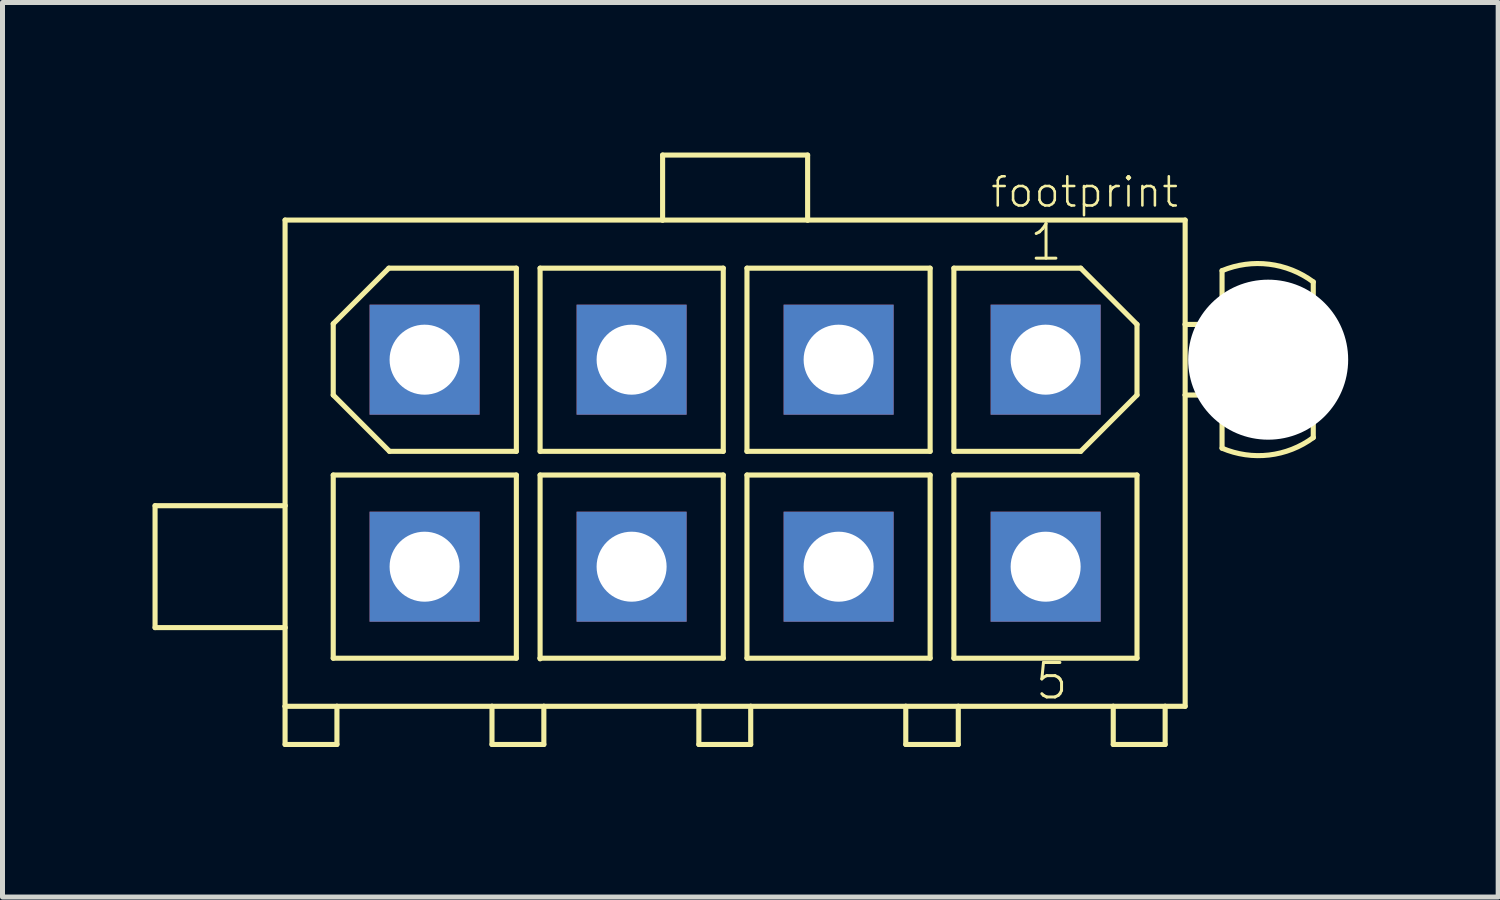
<source format=kicad_pcb>
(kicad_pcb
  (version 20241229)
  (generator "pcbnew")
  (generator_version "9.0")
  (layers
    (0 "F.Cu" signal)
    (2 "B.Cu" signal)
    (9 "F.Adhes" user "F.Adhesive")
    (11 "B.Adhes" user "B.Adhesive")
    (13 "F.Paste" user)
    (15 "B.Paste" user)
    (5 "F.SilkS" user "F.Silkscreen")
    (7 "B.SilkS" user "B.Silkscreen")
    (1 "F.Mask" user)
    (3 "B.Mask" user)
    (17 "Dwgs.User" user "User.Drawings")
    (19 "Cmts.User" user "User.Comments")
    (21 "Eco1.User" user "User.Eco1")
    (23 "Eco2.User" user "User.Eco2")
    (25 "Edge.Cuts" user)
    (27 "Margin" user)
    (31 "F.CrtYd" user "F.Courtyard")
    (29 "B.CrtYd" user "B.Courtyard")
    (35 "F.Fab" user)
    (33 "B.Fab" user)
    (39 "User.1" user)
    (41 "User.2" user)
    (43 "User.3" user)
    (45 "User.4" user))
  (footprint "footprint"
    (layer "F.Cu")
    (at 11.651 6.213)
    (property "Reference" "footprint" (at 5.08 -5.08 0) (layer "F.SilkS") (effects (font (size 0.584 0.584) (thickness 0.051)) (justify left bottom)))
    (fp_line (start -11.6 0.85) (end -11.6 3.288) (stroke (width 0.102) (type solid)) (layer "F.SilkS"))
    (fp_line (start -11.6 3.288) (end -9 3.288) (stroke (width 0.102) (type solid)) (layer "F.SilkS"))
    (fp_line (start -9 -4.862) (end -1.45 -4.862) (stroke (width 0.102) (type solid)) (layer "F.SilkS"))
    (fp_line (start -9 0.85) (end -11.6 0.85) (stroke (width 0.102) (type solid)) (layer "F.SilkS"))
    (fp_line (start -9 0.85) (end -9 -4.862) (stroke (width 0.102) (type solid)) (layer "F.SilkS"))
    (fp_line (start -9 3.288) (end -9 0.85) (stroke (width 0.102) (type solid)) (layer "F.SilkS"))
    (fp_line (start -9 4.862) (end -9 3.288) (stroke (width 0.102) (type solid)) (layer "F.SilkS"))
    (fp_line (start -9 4.862) (end -9 5.625) (stroke (width 0.102) (type solid)) (layer "F.SilkS"))
    (fp_line (start -9 5.625) (end -7.963 5.625) (stroke (width 0.102) (type solid)) (layer "F.SilkS"))
    (fp_line (start -8.037 -2.788) (end -6.925 -3.9) (stroke (width 0.102) (type solid)) (layer "F.SilkS"))
    (fp_line (start -8.037 -1.363) (end -8.037 -2.788) (stroke (width 0.102) (type solid)) (layer "F.SilkS"))
    (fp_line (start -8.037 0.237) (end -8.037 3.9) (stroke (width 0.102) (type solid)) (layer "F.SilkS"))
    (fp_line (start -8.037 3.9) (end -4.375 3.9) (stroke (width 0.102) (type solid)) (layer "F.SilkS"))
    (fp_line (start -7.963 4.862) (end -9 4.862) (stroke (width 0.102) (type solid)) (layer "F.SilkS"))
    (fp_line (start -7.963 5.625) (end -7.963 4.862) (stroke (width 0.102) (type solid)) (layer "F.SilkS"))
    (fp_line (start -6.925 -3.9) (end -4.375 -3.9) (stroke (width 0.102) (type solid)) (layer "F.SilkS"))
    (fp_line (start -6.912 -0.237) (end -8.037 -1.363) (stroke (width 0.102) (type solid)) (layer "F.SilkS"))
    (fp_line (start -4.862 4.862) (end -7.963 4.862) (stroke (width 0.102) (type solid)) (layer "F.SilkS"))
    (fp_line (start -4.862 4.862) (end -4.862 5.625) (stroke (width 0.102) (type solid)) (layer "F.SilkS"))
    (fp_line (start -4.862 5.625) (end -3.825 5.625) (stroke (width 0.102) (type solid)) (layer "F.SilkS"))
    (fp_line (start -4.375 -3.9) (end -4.375 -0.237) (stroke (width 0.102) (type solid)) (layer "F.SilkS"))
    (fp_line (start -4.375 -0.237) (end -6.912 -0.237) (stroke (width 0.102) (type solid)) (layer "F.SilkS"))
    (fp_line (start -4.375 0.237) (end -8.037 0.237) (stroke (width 0.102) (type solid)) (layer "F.SilkS"))
    (fp_line (start -4.375 3.9) (end -4.375 0.237) (stroke (width 0.102) (type solid)) (layer "F.SilkS"))
    (fp_line (start -3.9 -3.9) (end -0.237 -3.9) (stroke (width 0.102) (type solid)) (layer "F.SilkS"))
    (fp_line (start -3.9 -0.237) (end -3.9 -3.9) (stroke (width 0.102) (type solid)) (layer "F.SilkS"))
    (fp_line (start -3.9 0.237) (end -3.9 3.9) (stroke (width 0.102) (type solid)) (layer "F.SilkS"))
    (fp_line (start -3.9 3.9) (end -3.9 3.913) (stroke (width 0.102) (type solid)) (layer "F.SilkS"))
    (fp_line (start -3.9 3.9) (end -0.237 3.9) (stroke (width 0.102) (type solid)) (layer "F.SilkS"))
    (fp_line (start -3.825 4.862) (end -4.862 4.862) (stroke (width 0.102) (type solid)) (layer "F.SilkS"))
    (fp_line (start -3.825 5.625) (end -3.825 4.862) (stroke (width 0.102) (type solid)) (layer "F.SilkS"))
    (fp_line (start -1.45 -6.162) (end 1.45 -6.162) (stroke (width 0.102) (type solid)) (layer "F.SilkS"))
    (fp_line (start -1.45 -4.862) (end -1.45 -6.162) (stroke (width 0.102) (type solid)) (layer "F.SilkS"))
    (fp_line (start -1.45 -4.862) (end 1.45 -4.862) (stroke (width 0.102) (type solid)) (layer "F.SilkS"))
    (fp_line (start -0.725 4.862) (end -3.825 4.862) (stroke (width 0.102) (type solid)) (layer "F.SilkS"))
    (fp_line (start -0.725 4.862) (end -0.725 5.625) (stroke (width 0.102) (type solid)) (layer "F.SilkS"))
    (fp_line (start -0.725 5.625) (end 0.312 5.625) (stroke (width 0.102) (type solid)) (layer "F.SilkS"))
    (fp_line (start -0.237 -3.9) (end -0.237 -0.237) (stroke (width 0.102) (type solid)) (layer "F.SilkS"))
    (fp_line (start -0.237 -0.237) (end -3.9 -0.237) (stroke (width 0.102) (type solid)) (layer "F.SilkS"))
    (fp_line (start -0.237 0.237) (end -3.9 0.237) (stroke (width 0.102) (type solid)) (layer "F.SilkS"))
    (fp_line (start -0.237 3.9) (end -0.237 0.237) (stroke (width 0.102) (type solid)) (layer "F.SilkS"))
    (fp_line (start 0.237 -3.9) (end 0.237 -0.237) (stroke (width 0.102) (type solid)) (layer "F.SilkS"))
    (fp_line (start 0.237 -0.237) (end 3.9 -0.237) (stroke (width 0.102) (type solid)) (layer "F.SilkS"))
    (fp_line (start 0.237 0.237) (end 0.237 3.9) (stroke (width 0.102) (type solid)) (layer "F.SilkS"))
    (fp_line (start 0.237 3.9) (end 3.9 3.9) (stroke (width 0.102) (type solid)) (layer "F.SilkS"))
    (fp_line (start 0.312 4.862) (end -0.725 4.862) (stroke (width 0.102) (type solid)) (layer "F.SilkS"))
    (fp_line (start 0.312 5.625) (end 0.312 4.862) (stroke (width 0.102) (type solid)) (layer "F.SilkS"))
    (fp_line (start 1.45 -6.162) (end 1.45 -4.862) (stroke (width 0.102) (type solid)) (layer "F.SilkS"))
    (fp_line (start 1.45 -4.862) (end 9 -4.862) (stroke (width 0.102) (type solid)) (layer "F.SilkS"))
    (fp_line (start 3.413 4.862) (end 0.312 4.862) (stroke (width 0.102) (type solid)) (layer "F.SilkS"))
    (fp_line (start 3.413 4.862) (end 3.413 5.625) (stroke (width 0.102) (type solid)) (layer "F.SilkS"))
    (fp_line (start 3.413 5.625) (end 4.463 5.625) (stroke (width 0.102) (type solid)) (layer "F.SilkS"))
    (fp_line (start 3.9 -3.9) (end 0.237 -3.9) (stroke (width 0.102) (type solid)) (layer "F.SilkS"))
    (fp_line (start 3.9 -0.237) (end 3.9 -3.9) (stroke (width 0.102) (type solid)) (layer "F.SilkS"))
    (fp_line (start 3.9 0.237) (end 0.237 0.237) (stroke (width 0.102) (type solid)) (layer "F.SilkS"))
    (fp_line (start 3.9 3.9) (end 3.9 0.237) (stroke (width 0.102) (type solid)) (layer "F.SilkS"))
    (fp_line (start 4.375 -3.9) (end 4.375 -0.237) (stroke (width 0.102) (type solid)) (layer "F.SilkS"))
    (fp_line (start 4.375 -0.237) (end 6.912 -0.237) (stroke (width 0.102) (type solid)) (layer "F.SilkS"))
    (fp_line (start 4.375 0.237) (end 4.375 3.9) (stroke (width 0.102) (type solid)) (layer "F.SilkS"))
    (fp_line (start 4.375 3.9) (end 8.037 3.9) (stroke (width 0.102) (type solid)) (layer "F.SilkS"))
    (fp_line (start 4.463 4.862) (end 3.413 4.862) (stroke (width 0.102) (type solid)) (layer "F.SilkS"))
    (fp_line (start 4.463 5.625) (end 4.463 4.862) (stroke (width 0.102) (type solid)) (layer "F.SilkS"))
    (fp_line (start 6.912 -3.9) (end 4.375 -3.9) (stroke (width 0.102) (type solid)) (layer "F.SilkS"))
    (fp_line (start 6.912 -0.237) (end 8.037 -1.363) (stroke (width 0.102) (type solid)) (layer "F.SilkS"))
    (fp_line (start 7.562 4.862) (end 4.463 4.862) (stroke (width 0.102) (type solid)) (layer "F.SilkS"))
    (fp_line (start 7.562 4.862) (end 7.562 5.625) (stroke (width 0.102) (type solid)) (layer "F.SilkS"))
    (fp_line (start 7.562 5.625) (end 8.6 5.625) (stroke (width 0.102) (type solid)) (layer "F.SilkS"))
    (fp_line (start 8.037 -2.775) (end 6.912 -3.9) (stroke (width 0.102) (type solid)) (layer "F.SilkS"))
    (fp_line (start 8.037 -1.363) (end 8.037 -2.775) (stroke (width 0.102) (type solid)) (layer "F.SilkS"))
    (fp_line (start 8.037 0.237) (end 4.375 0.237) (stroke (width 0.102) (type solid)) (layer "F.SilkS"))
    (fp_line (start 8.037 3.9) (end 8.037 0.237) (stroke (width 0.102) (type solid)) (layer "F.SilkS"))
    (fp_line (start 8.6 4.862) (end 7.562 4.862) (stroke (width 0.102) (type solid)) (layer "F.SilkS"))
    (fp_line (start 8.6 5.625) (end 8.6 4.862) (stroke (width 0.102) (type solid)) (layer "F.SilkS"))
    (fp_line (start 9 -4.862) (end 9 -2.775) (stroke (width 0.102) (type solid)) (layer "F.SilkS"))
    (fp_line (start 9 -2.775) (end 9 -1.363) (stroke (width 0.102) (type solid)) (layer "F.SilkS"))
    (fp_line (start 9 -2.775) (end 9.738 -2.775) (stroke (width 0.102) (type solid)) (layer "F.SilkS"))
    (fp_line (start 9 -1.363) (end 9 4.862) (stroke (width 0.102) (type solid)) (layer "F.SilkS"))
    (fp_line (start 9 4.862) (end 8.6 4.862) (stroke (width 0.102) (type solid)) (layer "F.SilkS"))
    (fp_line (start 9.738 -2.775) (end 9.738 -2.763) (stroke (width 0.102) (type solid)) (layer "F.SilkS"))
    (fp_line (start 9.738 -2.763) (end 9.738 -3.85) (stroke (width 0.102) (type solid)) (layer "F.SilkS"))
    (fp_line (start 9.738 -2.763) (end 9.738 -1.375) (stroke (width 0.102) (type solid)) (layer "F.SilkS"))
    (fp_line (start 9.738 -1.375) (end 9.738 -1.363) (stroke (width 0.102) (type solid)) (layer "F.SilkS"))
    (fp_line (start 9.738 -1.363) (end 9 -1.363) (stroke (width 0.102) (type solid)) (layer "F.SilkS"))
    (fp_line (start 9.738 -0.3) (end 9.738 -1.375) (stroke (width 0.102) (type solid)) (layer "F.SilkS"))
    (fp_line (start 11.562 -3.625) (end 11.562 -0.512) (stroke (width 0.102) (type solid)) (layer "F.SilkS"))
    (fp_arc (start 9.737499 -3.85) (mid 10.679762 -3.978905) (end 11.5625 -3.625) (stroke (width 0.1016) (type solid)) (layer "F.SilkS"))
    (fp_arc (start 11.5625 -0.5125) (mid 10.678298 -0.163219) (end 9.7375 -0.3) (stroke (width 0.1016) (type solid)) (layer "F.SilkS"))
    (fp_text user "5" (at 5.963 4.763 0) (layer "F.SilkS") (effects (font (size 0.69 0.69) (thickness 0.06)) (justify left bottom)))
    (fp_text user "1" (at 5.85 -4.013 0) (layer "F.SilkS") (effects (font (size 0.69 0.69) (thickness 0.06)) (justify left bottom)))
    (pad "" np_thru_hole circle (at 10.66 -2.07) (size 3.2 3.2) (drill 3.2) (layers "*.Cu" "*.Mask"))
    (pad "1" thru_hole rect (at 6.21 -2.07) (size 2.2 2.2) (drill 1.4) (layers "*.Cu" "*.Mask"))
    (pad "2" thru_hole rect (at 2.07 -2.07) (size 2.2 2.2) (drill 1.4) (layers "*.Cu" "*.Mask"))
    (pad "3" thru_hole rect (at -2.07 -2.07) (size 2.2 2.2) (drill 1.4) (layers "*.Cu" "*.Mask"))
    (pad "4" thru_hole rect (at -6.21 -2.07) (size 2.2 2.2) (drill 1.4) (layers "*.Cu" "*.Mask"))
    (pad "5" thru_hole rect (at 6.21 2.07) (size 2.2 2.2) (drill 1.4) (layers "*.Cu" "*.Mask"))
    (pad "6" thru_hole rect (at 2.07 2.07) (size 2.2 2.2) (drill 1.4) (layers "*.Cu" "*.Mask"))
    (pad "7" thru_hole rect (at -2.07 2.07) (size 2.2 2.2) (drill 1.4) (layers "*.Cu" "*.Mask"))
    (pad "8" thru_hole rect (at -6.21 2.07) (size 2.2 2.2) (drill 1.4) (layers "*.Cu" "*.Mask")))
  (gr_rect
    (start -3 -3)
    (end 26.911 14.889)
    (stroke (width 0.1) (type default))
    (fill no)
    (layer "Edge.Cuts")))
</source>
